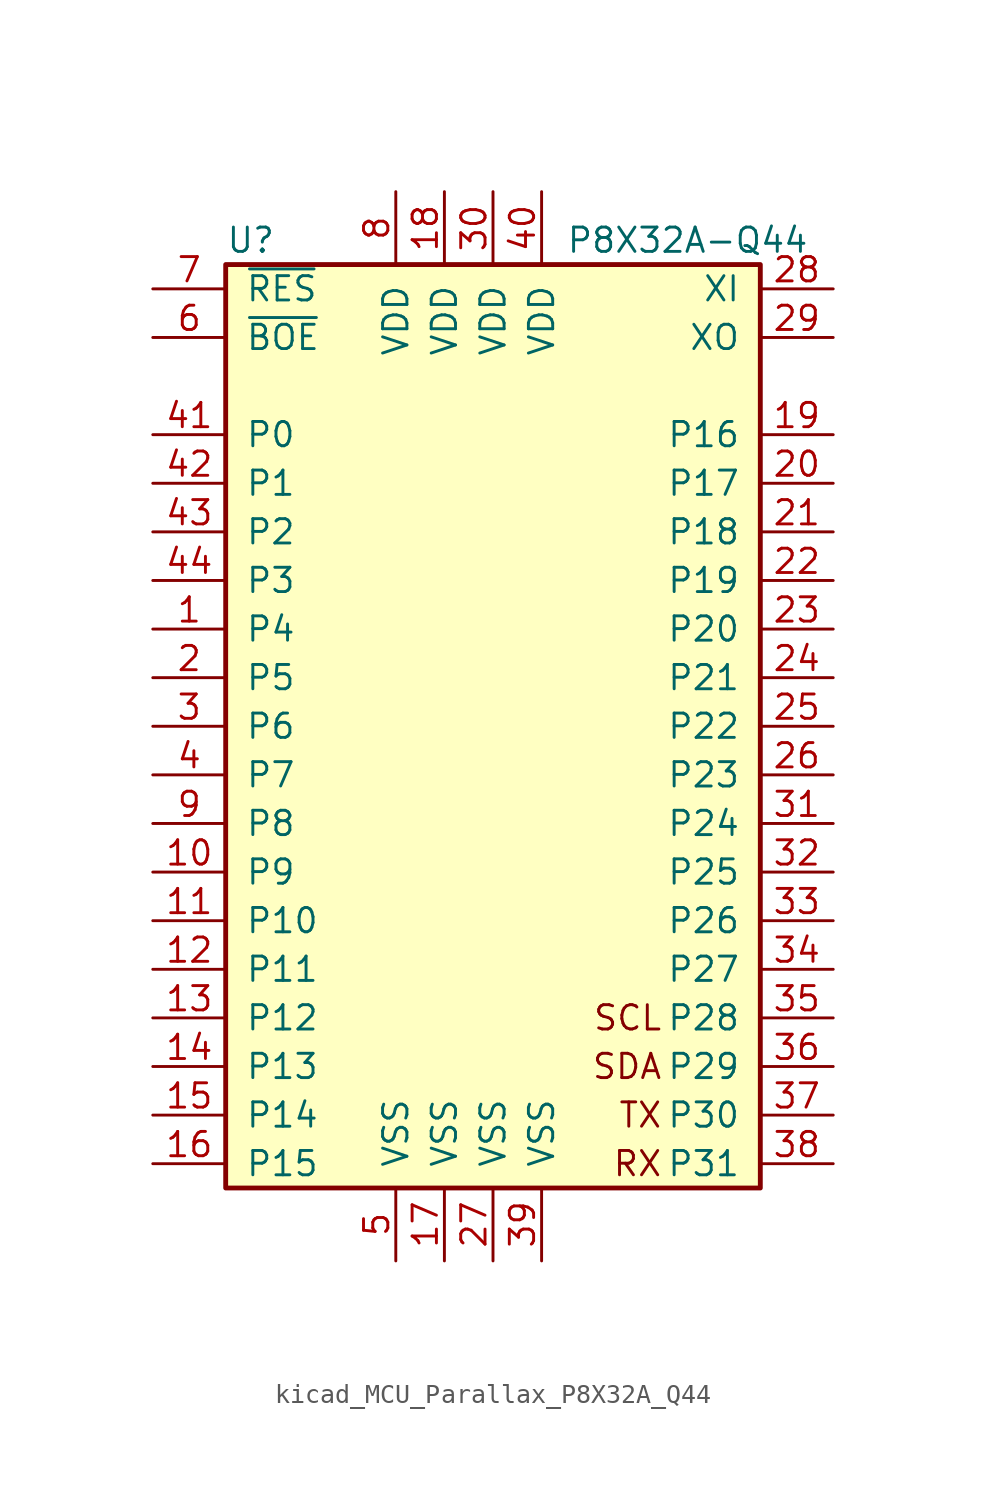
<source format=kicad_sym>
(kicad_symbol_lib
  (version 20220914)
  (generator kicad_symbol_editor)
  (symbol "kicad_MCU_Parallax_P8X32A_Q44"
    (pin_names
      (offset 1.016))
    (property "Reference" "U"
      (at -13.97 25.4 0)
      (effects (font (size 1.27 1.27)) (justify left)))
    (property "Value" "P8X32A-Q44"
      (at 3.81 25.4 0)
      (effects (font (size 1.27 1.27)) (justify left)))
    (symbol "kicad_MCU_Parallax_P8X32A_Q44_0_1"
      (rectangle (start -13.97 24.13) (end 13.97 -24.13) (stroke (width 0.254) (type default)) (fill (type background)))
      (text "RX" (at 8.89 -22.86 0) (effects (font (size 1.27 1.27)) (justify right)))
      (text "SCL" (at 8.89 -15.24 0) (effects (font (size 1.27 1.27)) (justify right)))
      (text "SDA" (at 8.89 -17.78 0) (effects (font (size 1.27 1.27)) (justify right)))
      (text "TX" (at 8.89 -20.32 0) (effects (font (size 1.27 1.27)) (justify right)))
      (pin bidirectional line (at -17.78 5.08 0) (length 3.81) (name "P4" (effects (font (size 1.27 1.27)))) (number "1" (effects (font (size 1.27 1.27)))))
      (pin bidirectional line (at -17.78 -7.62 0) (length 3.81) (name "P9" (effects (font (size 1.27 1.27)))) (number "10" (effects (font (size 1.27 1.27)))))
      (pin bidirectional line (at -17.78 -10.16 0) (length 3.81) (name "P10" (effects (font (size 1.27 1.27)))) (number "11" (effects (font (size 1.27 1.27)))))
      (pin bidirectional line (at -17.78 -12.7 0) (length 3.81) (name "P11" (effects (font (size 1.27 1.27)))) (number "12" (effects (font (size 1.27 1.27)))))
      (pin bidirectional line (at -17.78 -15.24 0) (length 3.81) (name "P12" (effects (font (size 1.27 1.27)))) (number "13" (effects (font (size 1.27 1.27)))))
      (pin bidirectional line (at -17.78 -17.78 0) (length 3.81) (name "P13" (effects (font (size 1.27 1.27)))) (number "14" (effects (font (size 1.27 1.27)))))
      (pin bidirectional line (at -17.78 -20.32 0) (length 3.81) (name "P14" (effects (font (size 1.27 1.27)))) (number "15" (effects (font (size 1.27 1.27)))))
      (pin bidirectional line (at -17.78 -22.86 0) (length 3.81) (name "P15" (effects (font (size 1.27 1.27)))) (number "16" (effects (font (size 1.27 1.27)))))
      (pin power_in line (at -2.54 -27.94 90) (length 3.81) (name "VSS" (effects (font (size 1.27 1.27)))) (number "17" (effects (font (size 1.27 1.27)))))
      (pin power_in line (at -2.54 27.94 270) (length 3.81) (name "VDD" (effects (font (size 1.27 1.27)))) (number "18" (effects (font (size 1.27 1.27)))))
      (pin bidirectional line (at 17.78 15.24 180) (length 3.81) (name "P16" (effects (font (size 1.27 1.27)))) (number "19" (effects (font (size 1.27 1.27)))))
      (pin bidirectional line (at -17.78 2.54 0) (length 3.81) (name "P5" (effects (font (size 1.27 1.27)))) (number "2" (effects (font (size 1.27 1.27)))))
      (pin bidirectional line (at 17.78 12.7 180) (length 3.81) (name "P17" (effects (font (size 1.27 1.27)))) (number "20" (effects (font (size 1.27 1.27)))))
      (pin bidirectional line (at 17.78 10.16 180) (length 3.81) (name "P18" (effects (font (size 1.27 1.27)))) (number "21" (effects (font (size 1.27 1.27)))))
      (pin bidirectional line (at 17.78 7.62 180) (length 3.81) (name "P19" (effects (font (size 1.27 1.27)))) (number "22" (effects (font (size 1.27 1.27)))))
      (pin bidirectional line (at 17.78 5.08 180) (length 3.81) (name "P20" (effects (font (size 1.27 1.27)))) (number "23" (effects (font (size 1.27 1.27)))))
      (pin bidirectional line (at 17.78 2.54 180) (length 3.81) (name "P21" (effects (font (size 1.27 1.27)))) (number "24" (effects (font (size 1.27 1.27)))))
      (pin bidirectional line (at 17.78 0 180) (length 3.81) (name "P22" (effects (font (size 1.27 1.27)))) (number "25" (effects (font (size 1.27 1.27)))))
      (pin bidirectional line (at 17.78 -2.54 180) (length 3.81) (name "P23" (effects (font (size 1.27 1.27)))) (number "26" (effects (font (size 1.27 1.27)))))
      (pin power_in line (at 0 -27.94 90) (length 3.81) (name "VSS" (effects (font (size 1.27 1.27)))) (number "27" (effects (font (size 1.27 1.27)))))
      (pin input line (at 17.78 22.86 180) (length 3.81) (name "XI" (effects (font (size 1.27 1.27)))) (number "28" (effects (font (size 1.27 1.27)))))
      (pin output line (at 17.78 20.32 180) (length 3.81) (name "XO" (effects (font (size 1.27 1.27)))) (number "29" (effects (font (size 1.27 1.27)))))
      (pin bidirectional line (at -17.78 0 0) (length 3.81) (name "P6" (effects (font (size 1.27 1.27)))) (number "3" (effects (font (size 1.27 1.27)))))
      (pin power_in line (at 0 27.94 270) (length 3.81) (name "VDD" (effects (font (size 1.27 1.27)))) (number "30" (effects (font (size 1.27 1.27)))))
      (pin bidirectional line (at 17.78 -5.08 180) (length 3.81) (name "P24" (effects (font (size 1.27 1.27)))) (number "31" (effects (font (size 1.27 1.27)))))
      (pin bidirectional line (at 17.78 -7.62 180) (length 3.81) (name "P25" (effects (font (size 1.27 1.27)))) (number "32" (effects (font (size 1.27 1.27)))))
      (pin bidirectional line (at 17.78 -10.16 180) (length 3.81) (name "P26" (effects (font (size 1.27 1.27)))) (number "33" (effects (font (size 1.27 1.27)))))
      (pin bidirectional line (at 17.78 -12.7 180) (length 3.81) (name "P27" (effects (font (size 1.27 1.27)))) (number "34" (effects (font (size 1.27 1.27)))))
      (pin bidirectional line (at 17.78 -15.24 180) (length 3.81) (name "P28" (effects (font (size 1.27 1.27)))) (number "35" (effects (font (size 1.27 1.27)))))
      (pin bidirectional line (at 17.78 -17.78 180) (length 3.81) (name "P29" (effects (font (size 1.27 1.27)))) (number "36" (effects (font (size 1.27 1.27)))))
      (pin bidirectional line (at 17.78 -20.32 180) (length 3.81) (name "P30" (effects (font (size 1.27 1.27)))) (number "37" (effects (font (size 1.27 1.27)))))
      (pin bidirectional line (at 17.78 -22.86 180) (length 3.81) (name "P31" (effects (font (size 1.27 1.27)))) (number "38" (effects (font (size 1.27 1.27)))))
      (pin power_in line (at 2.54 -27.94 90) (length 3.81) (name "VSS" (effects (font (size 1.27 1.27)))) (number "39" (effects (font (size 1.27 1.27)))))
      (pin bidirectional line (at -17.78 -2.54 0) (length 3.81) (name "P7" (effects (font (size 1.27 1.27)))) (number "4" (effects (font (size 1.27 1.27)))))
      (pin power_in line (at 2.54 27.94 270) (length 3.81) (name "VDD" (effects (font (size 1.27 1.27)))) (number "40" (effects (font (size 1.27 1.27)))))
      (pin bidirectional line (at -17.78 15.24 0) (length 3.81) (name "P0" (effects (font (size 1.27 1.27)))) (number "41" (effects (font (size 1.27 1.27)))))
      (pin bidirectional line (at -17.78 12.7 0) (length 3.81) (name "P1" (effects (font (size 1.27 1.27)))) (number "42" (effects (font (size 1.27 1.27)))))
      (pin bidirectional line (at -17.78 10.16 0) (length 3.81) (name "P2" (effects (font (size 1.27 1.27)))) (number "43" (effects (font (size 1.27 1.27)))))
      (pin bidirectional line (at -17.78 7.62 0) (length 3.81) (name "P3" (effects (font (size 1.27 1.27)))) (number "44" (effects (font (size 1.27 1.27)))))
      (pin power_in line (at -5.08 -27.94 90) (length 3.81) (name "VSS" (effects (font (size 1.27 1.27)))) (number "5" (effects (font (size 1.27 1.27)))))
      (pin input line (at -17.78 20.32 0) (length 3.81) (name "~{BOE}" (effects (font (size 1.27 1.27)))) (number "6" (effects (font (size 1.27 1.27)))))
      (pin bidirectional line (at -17.78 22.86 0) (length 3.81) (name "~{RES}" (effects (font (size 1.27 1.27)))) (number "7" (effects (font (size 1.27 1.27)))))
      (pin power_in line (at -5.08 27.94 270) (length 3.81) (name "VDD" (effects (font (size 1.27 1.27)))) (number "8" (effects (font (size 1.27 1.27)))))
      (pin bidirectional line (at -17.78 -5.08 0) (length 3.81) (name "P8" (effects (font (size 1.27 1.27)))) (number "9" (effects (font (size 1.27 1.27))))))))
</source>
